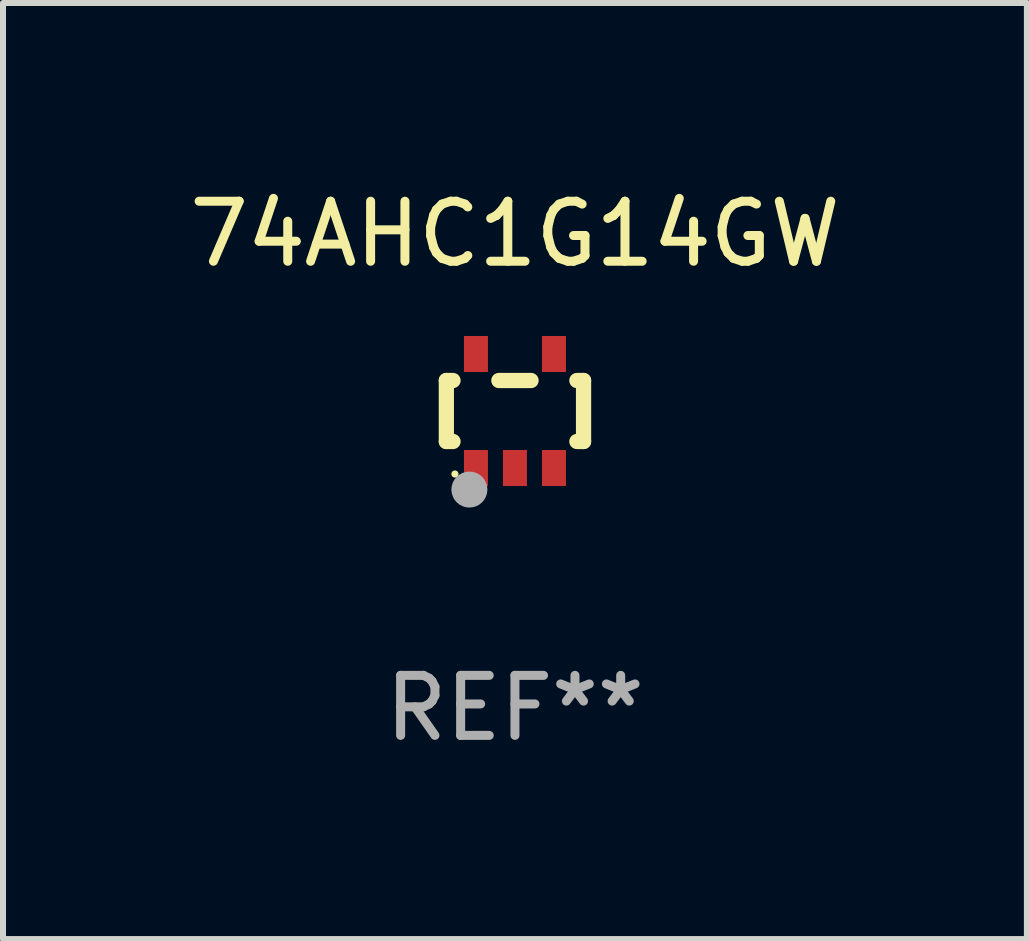
<source format=kicad_pcb>
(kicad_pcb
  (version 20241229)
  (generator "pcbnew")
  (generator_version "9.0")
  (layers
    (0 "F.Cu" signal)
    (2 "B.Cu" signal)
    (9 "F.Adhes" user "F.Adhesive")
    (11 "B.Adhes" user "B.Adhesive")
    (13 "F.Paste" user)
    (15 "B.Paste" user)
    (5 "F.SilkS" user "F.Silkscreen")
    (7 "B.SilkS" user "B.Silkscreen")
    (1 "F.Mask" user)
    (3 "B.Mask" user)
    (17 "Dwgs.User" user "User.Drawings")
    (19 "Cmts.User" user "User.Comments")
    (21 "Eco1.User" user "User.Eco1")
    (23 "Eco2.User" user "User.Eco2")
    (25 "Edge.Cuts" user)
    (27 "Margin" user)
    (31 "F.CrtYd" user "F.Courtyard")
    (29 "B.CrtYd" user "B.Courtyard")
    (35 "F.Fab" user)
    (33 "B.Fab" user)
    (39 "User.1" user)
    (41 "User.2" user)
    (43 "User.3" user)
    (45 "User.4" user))
  (footprint "74AHC1G14GW"
    (layer "F.Cu")
    (at 5.53 3.798)
    (property "Reference" "74AHC1G14GW" (at 0 -2.95 0) (layer "F.SilkS") (effects (font (size 1 1) (thickness 0.15))))
    (attr through_hole)
    (fp_line (start -1.143 -0.508) (end -1.032 -0.508) (stroke (width 0.254) (type solid)) (layer "F.SilkS"))
    (fp_line (start -1.143 0.508) (end -1.143 -0.508) (stroke (width 0.254) (type solid)) (layer "F.SilkS"))
    (fp_line (start -1.032 0.508) (end -1.143 0.508) (stroke (width 0.254) (type solid)) (layer "F.SilkS"))
    (fp_line (start -0.268 -0.508) (end 0.268 -0.508) (stroke (width 0.254) (type solid)) (layer "F.SilkS"))
    (fp_line (start 1.032 -0.508) (end 1.143 -0.508) (stroke (width 0.254) (type solid)) (layer "F.SilkS"))
    (fp_line (start 1.143 -0.508) (end 1.143 0.508) (stroke (width 0.254) (type solid)) (layer "F.SilkS"))
    (fp_line (start 1.143 0.508) (end 1.032 0.508) (stroke (width 0.254) (type solid)) (layer "F.SilkS"))
    (fp_circle (center -1 1.05) (end -0.97 1.05) (stroke (width 0.06) (type solid)) (fill no) (layer "F.SilkS"))
    (fp_circle (center -0.759 1.309) (end -0.609 1.309) (stroke (width 0.3) (type solid)) (fill no) (layer "F.Fab"))
    (fp_text user "REF**" (at 0 4.95 0) (layer "F.Fab") (effects (font (size 1 1) (thickness 0.15))))
    (pad "1" smd rect (at -0.65 0.95 180) (size 0.4 0.6) (layers "F.Cu" "F.Mask" "F.Paste"))
    (pad "2" smd rect (at 0 0.95 180) (size 0.4 0.6) (layers "F.Cu" "F.Mask" "F.Paste"))
    (pad "3" smd rect (at 0.65 0.95 180) (size 0.4 0.6) (layers "F.Cu" "F.Mask" "F.Paste"))
    (pad "4" smd rect (at 0.65 -0.95 180) (size 0.4 0.6) (layers "F.Cu" "F.Mask" "F.Paste"))
    (pad "5" smd rect (at -0.65 -0.95 180) (size 0.4 0.6) (layers "F.Cu" "F.Mask" "F.Paste")))
  (gr_rect
    (start -3 -3)
    (end 14.06 12.596)
    (stroke (width 0.1) (type default))
    (fill no)
    (layer "Edge.Cuts")))
</source>
